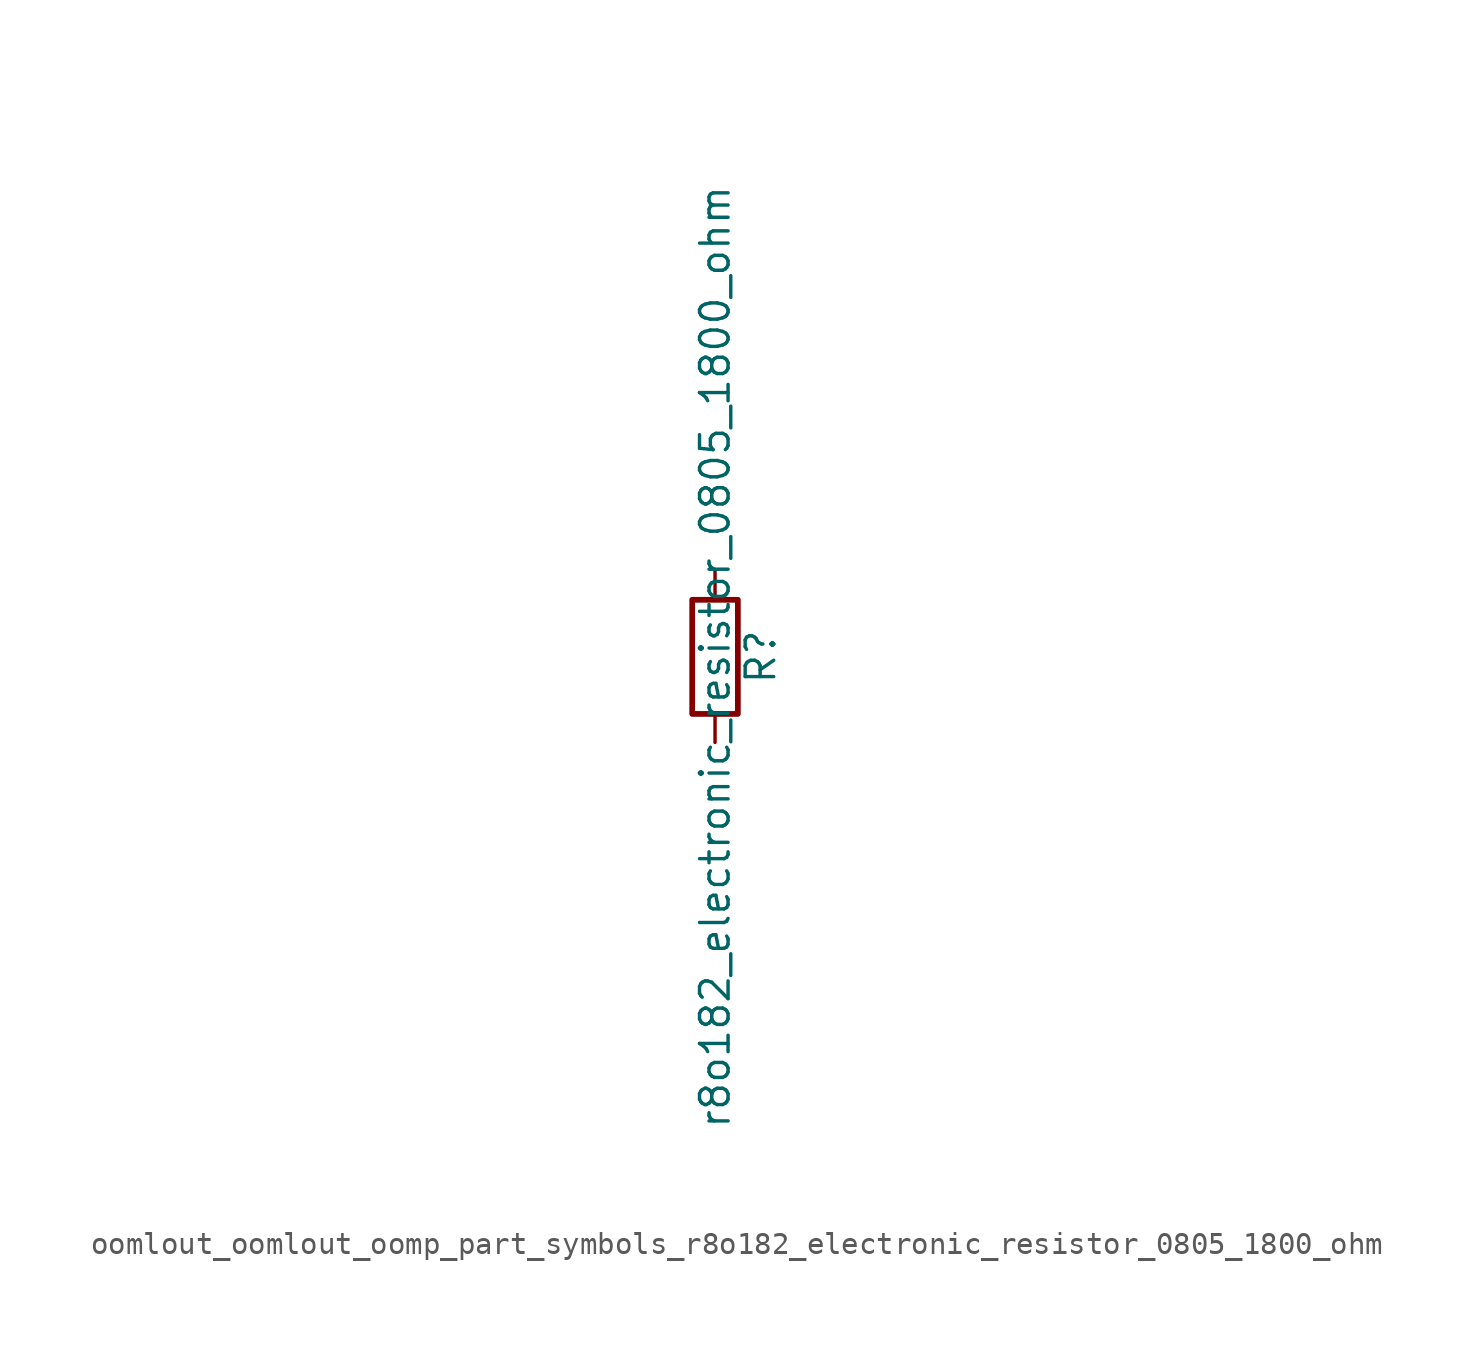
<source format=kicad_sym>
(kicad_symbol_lib
  (version 20220914)
  (generator kicad_symbol_editor)
  (symbol "oomlout_oomlout_oomp_part_symbols_r8o182_electronic_resistor_0805_1800_ohm"
    (pin_numbers hide)
    (pin_names
      (offset 0))
    (property "Reference" "R"
      (at 2.032 0 90)
      (effects (font (size 1.27 1.27))))
    (property "Value" "r8o182_electronic_resistor_0805_1800_ohm"
      (at 0 0 90)
      (effects (font (size 1.27 1.27))))
    (symbol "oomlout_oomlout_oomp_part_symbols_r8o182_electronic_resistor_0805_1800_ohm_0_1"
      (rectangle (start -1.016 -2.54) (end 1.016 2.54) (stroke (width 0.254) (type default)) (fill (type none))))
    (symbol "oomlout_oomlout_oomp_part_symbols_r8o182_electronic_resistor_0805_1800_ohm_1_1"
      (pin passive line (at 0 3.81 270) (length 1.27) (name "~" (effects (font (size 1.27 1.27)))) (number "1" (effects (font (size 1.27 1.27)))))
      (pin passive line (at 0 -3.81 90) (length 1.27) (name "~" (effects (font (size 1.27 1.27)))) (number "2" (effects (font (size 1.27 1.27))))))))
</source>
